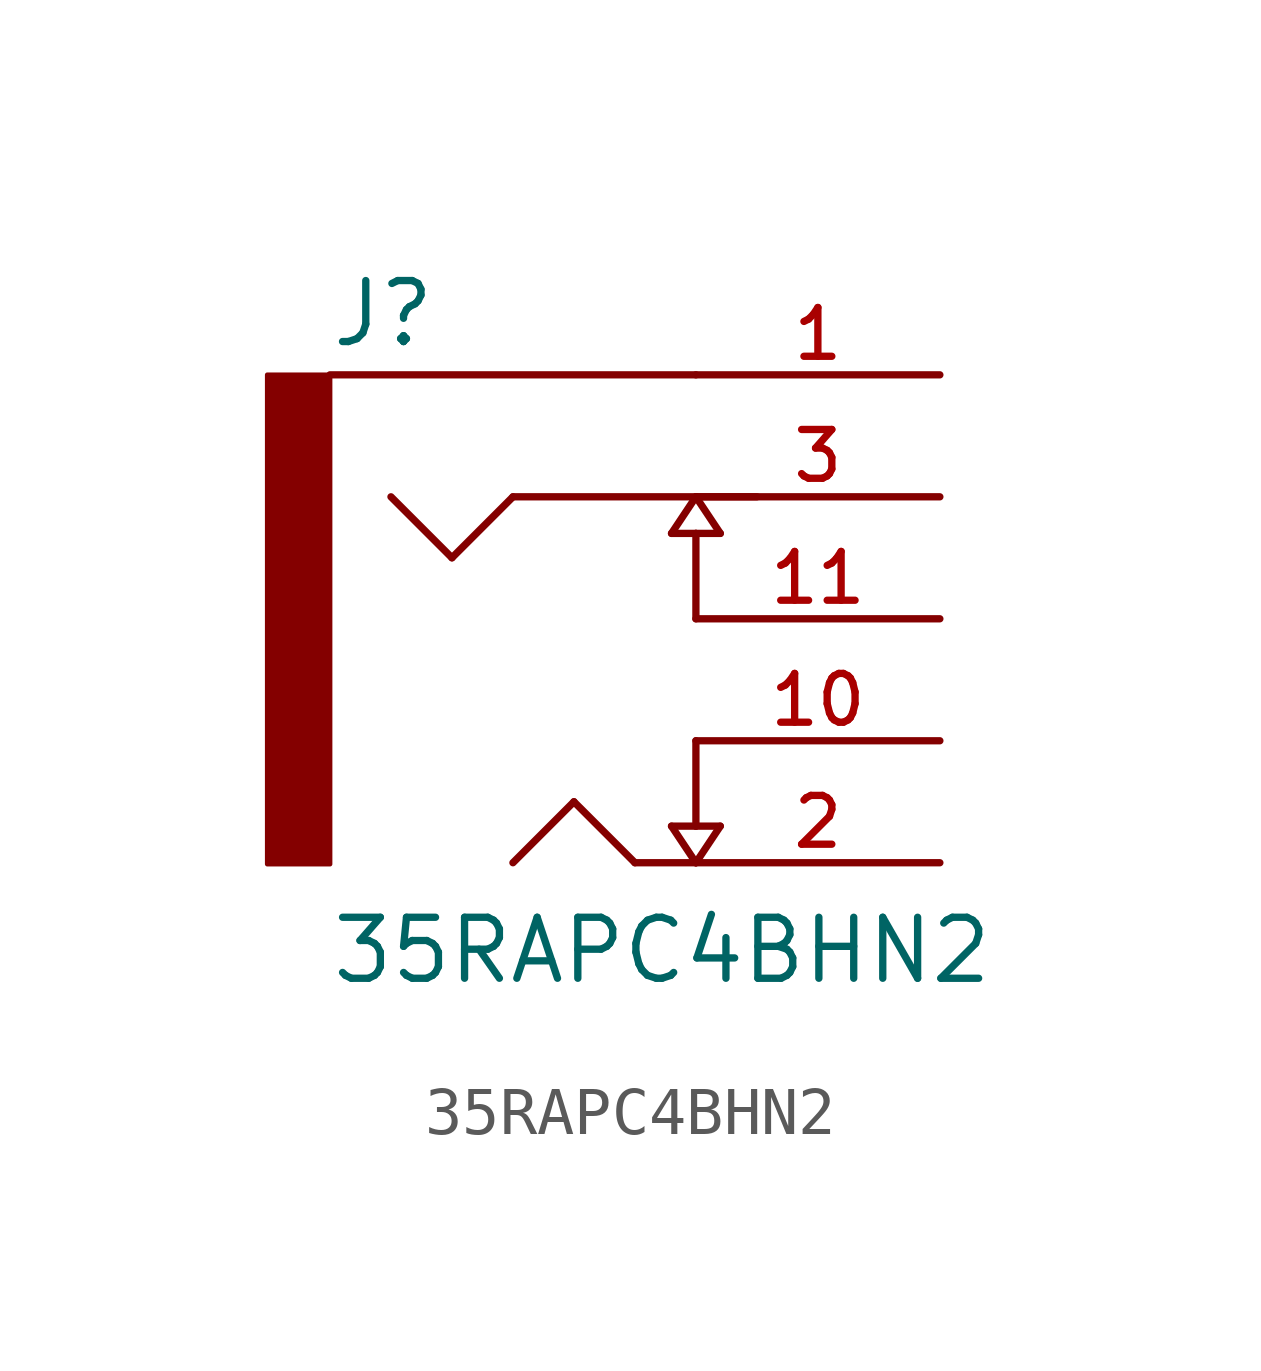
<source format=kicad_sym>
(kicad_symbol_lib
  (version 20211014)
  (generator kicad_symbol_editor)
  (symbol "35RAPC4BHN2"
    (pin_names
      (offset 1.016))
    (property "Reference" "J"
      (at -5.1 5.61 0)
      (effects (font (size 1.27 1.27)) (justify left bottom)))
    (property "Value" "35RAPC4BHN2"
      (at -5.099 -7.649 0)
      (effects (font (size 1.27 1.27)) (justify left bottom)))
    (symbol "35RAPC4BHN2_0_0"
      (rectangle (start -6.385 -5.108) (end -5.08 5.08) (stroke (width 0.1) (type default) (color 0 0 0 0)) (fill (type outline)))
      (polyline (pts (xy -2.54 1.27) (xy -3.81 2.54)) (stroke (width 0.152) (type default) (color 0 0 0 0)) (fill (type none)))
      (polyline (pts (xy -1.27 -5.08) (xy 0 -3.81)) (stroke (width 0.152) (type default) (color 0 0 0 0)) (fill (type none)))
      (polyline (pts (xy -1.27 2.54) (xy -2.54 1.27)) (stroke (width 0.152) (type default) (color 0 0 0 0)) (fill (type none)))
      (polyline (pts (xy 0 -3.81) (xy 1.27 -5.08)) (stroke (width 0.152) (type default) (color 0 0 0 0)) (fill (type none)))
      (polyline (pts (xy 1.27 -5.08) (xy 2.54 -5.08)) (stroke (width 0.152) (type default) (color 0 0 0 0)) (fill (type none)))
      (polyline (pts (xy 2.032 -4.318) (xy 2.54 -5.08)) (stroke (width 0.152) (type default) (color 0 0 0 0)) (fill (type none)))
      (polyline (pts (xy 2.032 1.778) (xy 2.54 1.778)) (stroke (width 0.152) (type default) (color 0 0 0 0)) (fill (type none)))
      (polyline (pts (xy 2.54 -5.08) (xy 3.048 -4.318)) (stroke (width 0.152) (type default) (color 0 0 0 0)) (fill (type none)))
      (polyline (pts (xy 2.54 -4.318) (xy 2.032 -4.318)) (stroke (width 0.152) (type default) (color 0 0 0 0)) (fill (type none)))
      (polyline (pts (xy 2.54 -4.318) (xy 2.54 -2.54)) (stroke (width 0.152) (type default) (color 0 0 0 0)) (fill (type none)))
      (polyline (pts (xy 2.54 1.778) (xy 2.54 0)) (stroke (width 0.152) (type default) (color 0 0 0 0)) (fill (type none)))
      (polyline (pts (xy 2.54 1.778) (xy 3.048 1.778)) (stroke (width 0.152) (type default) (color 0 0 0 0)) (fill (type none)))
      (polyline (pts (xy 2.54 2.54) (xy -1.27 2.54)) (stroke (width 0.152) (type default) (color 0 0 0 0)) (fill (type none)))
      (polyline (pts (xy 2.54 2.54) (xy 2.032 1.778)) (stroke (width 0.152) (type default) (color 0 0 0 0)) (fill (type none)))
      (polyline (pts (xy 2.54 5.08) (xy -5.08 5.08)) (stroke (width 0.152) (type default) (color 0 0 0 0)) (fill (type none)))
      (polyline (pts (xy 3.048 -4.318) (xy 2.54 -4.318)) (stroke (width 0.152) (type default) (color 0 0 0 0)) (fill (type none)))
      (polyline (pts (xy 3.048 1.778) (xy 2.54 2.54)) (stroke (width 0.152) (type default) (color 0 0 0 0)) (fill (type none)))
      (polyline (pts (xy 3.81 2.54) (xy 2.54 2.54)) (stroke (width 0.152) (type default) (color 0 0 0 0)) (fill (type none)))
      (pin passive line (at 7.62 5.08 180) (length 5.08) (name "~" (effects (font (size 1.016 1.016)))) (number "1" (effects (font (size 1.016 1.016)))))
      (pin passive line (at 7.62 -2.54 180) (length 5.08) (name "~" (effects (font (size 1.016 1.016)))) (number "10" (effects (font (size 1.016 1.016)))))
      (pin passive line (at 7.62 0 180) (length 5.08) (name "~" (effects (font (size 1.016 1.016)))) (number "11" (effects (font (size 1.016 1.016)))))
      (pin passive line (at 7.62 -5.08 180) (length 5.08) (name "~" (effects (font (size 1.016 1.016)))) (number "2" (effects (font (size 1.016 1.016)))))
      (pin passive line (at 7.62 2.54 180) (length 5.08) (name "~" (effects (font (size 1.016 1.016)))) (number "3" (effects (font (size 1.016 1.016))))))))
</source>
